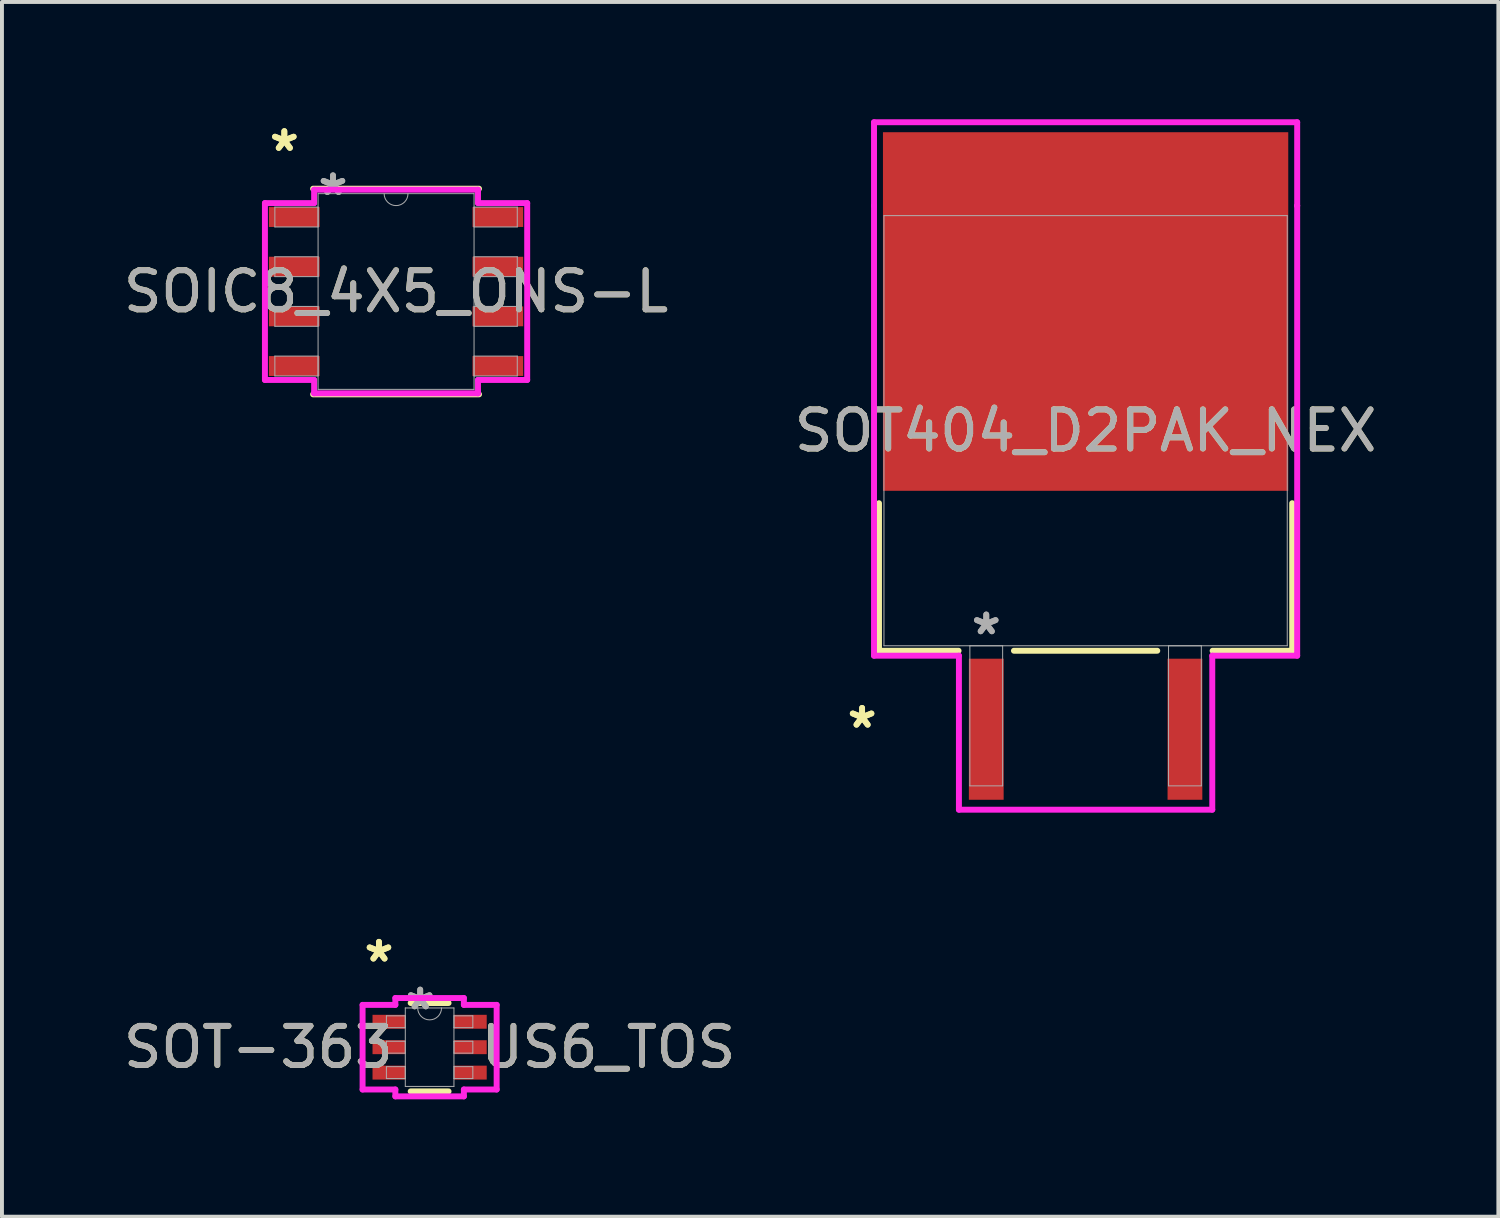
<source format=kicad_pcb>
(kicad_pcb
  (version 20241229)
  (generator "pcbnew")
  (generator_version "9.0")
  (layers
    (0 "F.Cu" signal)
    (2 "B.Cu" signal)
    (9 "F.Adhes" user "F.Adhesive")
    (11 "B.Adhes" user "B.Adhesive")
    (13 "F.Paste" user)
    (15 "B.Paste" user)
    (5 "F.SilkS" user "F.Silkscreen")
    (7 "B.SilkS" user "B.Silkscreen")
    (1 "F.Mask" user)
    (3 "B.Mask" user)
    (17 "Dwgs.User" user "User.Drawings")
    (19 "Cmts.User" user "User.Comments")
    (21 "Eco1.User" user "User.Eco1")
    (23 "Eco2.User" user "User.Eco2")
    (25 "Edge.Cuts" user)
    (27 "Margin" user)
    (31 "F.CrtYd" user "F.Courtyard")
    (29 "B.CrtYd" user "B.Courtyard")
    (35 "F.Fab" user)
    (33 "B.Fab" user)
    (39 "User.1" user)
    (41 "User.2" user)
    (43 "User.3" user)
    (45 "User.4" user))
  (footprint "SOIC8_4X5_ONS-L"
    (layer "F.Cu")
    (at 7.077 4.404)
    (property "Reference" "SOIC8_4X5_ONS-L" (at 0 0 0) (unlocked yes) (layer "F.SilkS") (effects (font (size 1 1) (thickness 0.15))))
    (attr smd)
    (fp_line (start -2.121 2.629) (end 2.121 2.629) (stroke (width 0.152) (type solid)) (layer "F.SilkS"))
    (fp_line (start 2.121 -2.629) (end -2.121 -2.629) (stroke (width 0.152) (type solid)) (layer "F.SilkS"))
    (fp_line (start -3.353 -2.261) (end -2.095 -2.261) (stroke (width 0.152) (type solid)) (layer "F.CrtYd"))
    (fp_line (start -3.353 2.261) (end -3.353 -2.261) (stroke (width 0.152) (type solid)) (layer "F.CrtYd"))
    (fp_line (start -3.353 2.261) (end -2.095 2.261) (stroke (width 0.152) (type solid)) (layer "F.CrtYd"))
    (fp_line (start -2.095 -2.603) (end 2.095 -2.603) (stroke (width 0.152) (type solid)) (layer "F.CrtYd"))
    (fp_line (start -2.095 -2.261) (end -2.095 -2.603) (stroke (width 0.152) (type solid)) (layer "F.CrtYd"))
    (fp_line (start -2.095 2.603) (end -2.095 2.261) (stroke (width 0.152) (type solid)) (layer "F.CrtYd"))
    (fp_line (start 2.095 -2.603) (end 2.095 -2.261) (stroke (width 0.152) (type solid)) (layer "F.CrtYd"))
    (fp_line (start 2.095 2.261) (end 2.095 2.603) (stroke (width 0.152) (type solid)) (layer "F.CrtYd"))
    (fp_line (start 2.095 2.603) (end -2.095 2.603) (stroke (width 0.152) (type solid)) (layer "F.CrtYd"))
    (fp_line (start 3.353 -2.261) (end 2.095 -2.261) (stroke (width 0.152) (type solid)) (layer "F.CrtYd"))
    (fp_line (start 3.353 -2.261) (end 3.353 2.261) (stroke (width 0.152) (type solid)) (layer "F.CrtYd"))
    (fp_line (start 3.353 2.261) (end 2.095 2.261) (stroke (width 0.152) (type solid)) (layer "F.CrtYd"))
    (fp_line (start -3.099 -2.159) (end -3.099 -1.651) (stroke (width 0.025) (type solid)) (layer "F.Fab"))
    (fp_line (start -3.099 -1.651) (end -1.994 -1.651) (stroke (width 0.025) (type solid)) (layer "F.Fab"))
    (fp_line (start -3.099 -0.889) (end -3.099 -0.381) (stroke (width 0.025) (type solid)) (layer "F.Fab"))
    (fp_line (start -3.099 -0.381) (end -1.994 -0.381) (stroke (width 0.025) (type solid)) (layer "F.Fab"))
    (fp_line (start -3.099 0.381) (end -3.099 0.889) (stroke (width 0.025) (type solid)) (layer "F.Fab"))
    (fp_line (start -3.099 0.889) (end -1.994 0.889) (stroke (width 0.025) (type solid)) (layer "F.Fab"))
    (fp_line (start -3.099 1.651) (end -3.099 2.159) (stroke (width 0.025) (type solid)) (layer "F.Fab"))
    (fp_line (start -3.099 2.159) (end -1.994 2.159) (stroke (width 0.025) (type solid)) (layer "F.Fab"))
    (fp_line (start -1.994 -2.502) (end -1.994 2.502) (stroke (width 0.025) (type solid)) (layer "F.Fab"))
    (fp_line (start -1.994 -2.159) (end -3.099 -2.159) (stroke (width 0.025) (type solid)) (layer "F.Fab"))
    (fp_line (start -1.994 -1.651) (end -1.994 -2.159) (stroke (width 0.025) (type solid)) (layer "F.Fab"))
    (fp_line (start -1.994 -0.889) (end -3.099 -0.889) (stroke (width 0.025) (type solid)) (layer "F.Fab"))
    (fp_line (start -1.994 -0.381) (end -1.994 -0.889) (stroke (width 0.025) (type solid)) (layer "F.Fab"))
    (fp_line (start -1.994 0.381) (end -3.099 0.381) (stroke (width 0.025) (type solid)) (layer "F.Fab"))
    (fp_line (start -1.994 0.889) (end -1.994 0.381) (stroke (width 0.025) (type solid)) (layer "F.Fab"))
    (fp_line (start -1.994 1.651) (end -3.099 1.651) (stroke (width 0.025) (type solid)) (layer "F.Fab"))
    (fp_line (start -1.994 2.159) (end -1.994 1.651) (stroke (width 0.025) (type solid)) (layer "F.Fab"))
    (fp_line (start -1.994 2.502) (end 1.994 2.502) (stroke (width 0.025) (type solid)) (layer "F.Fab"))
    (fp_line (start 1.994 -2.502) (end -1.994 -2.502) (stroke (width 0.025) (type solid)) (layer "F.Fab"))
    (fp_line (start 1.994 -2.159) (end 1.994 -1.651) (stroke (width 0.025) (type solid)) (layer "F.Fab"))
    (fp_line (start 1.994 -1.651) (end 3.099 -1.651) (stroke (width 0.025) (type solid)) (layer "F.Fab"))
    (fp_line (start 1.994 -0.889) (end 1.994 -0.381) (stroke (width 0.025) (type solid)) (layer "F.Fab"))
    (fp_line (start 1.994 -0.381) (end 3.099 -0.381) (stroke (width 0.025) (type solid)) (layer "F.Fab"))
    (fp_line (start 1.994 0.381) (end 1.994 0.889) (stroke (width 0.025) (type solid)) (layer "F.Fab"))
    (fp_line (start 1.994 0.889) (end 3.099 0.889) (stroke (width 0.025) (type solid)) (layer "F.Fab"))
    (fp_line (start 1.994 1.651) (end 1.994 2.159) (stroke (width 0.025) (type solid)) (layer "F.Fab"))
    (fp_line (start 1.994 2.159) (end 3.099 2.159) (stroke (width 0.025) (type solid)) (layer "F.Fab"))
    (fp_line (start 1.994 2.502) (end 1.994 -2.502) (stroke (width 0.025) (type solid)) (layer "F.Fab"))
    (fp_line (start 3.099 -2.159) (end 1.994 -2.159) (stroke (width 0.025) (type solid)) (layer "F.Fab"))
    (fp_line (start 3.099 -1.651) (end 3.099 -2.159) (stroke (width 0.025) (type solid)) (layer "F.Fab"))
    (fp_line (start 3.099 -0.889) (end 1.994 -0.889) (stroke (width 0.025) (type solid)) (layer "F.Fab"))
    (fp_line (start 3.099 -0.381) (end 3.099 -0.889) (stroke (width 0.025) (type solid)) (layer "F.Fab"))
    (fp_line (start 3.099 0.381) (end 1.994 0.381) (stroke (width 0.025) (type solid)) (layer "F.Fab"))
    (fp_line (start 3.099 0.889) (end 3.099 0.381) (stroke (width 0.025) (type solid)) (layer "F.Fab"))
    (fp_line (start 3.099 1.651) (end 1.994 1.651) (stroke (width 0.025) (type solid)) (layer "F.Fab"))
    (fp_line (start 3.099 2.159) (end 3.099 1.651) (stroke (width 0.025) (type solid)) (layer "F.Fab"))
    (fp_arc (start 0.3048 -2.5019) (mid 0 -2.1971) (end -0.3048 -2.5019) (stroke (width 0.0254) (type solid)) (layer "F.Fab"))
    (fp_text user "*" (at -2.857 -3.556 0) (layer "F.SilkS") (effects (font (size 1 1) (thickness 0.15))))
    (fp_text user "*" (at -2.857 -3.556 0) (unlocked yes) (layer "F.SilkS") (effects (font (size 1 1) (thickness 0.15))))
    (fp_text user "${REFERENCE}" (at 0 0 0) (unlocked yes) (layer "F.Fab") (effects (font (size 1 1) (thickness 0.15))))
    (fp_text user "*" (at -1.613 -2.426 0) (layer "F.Fab") (effects (font (size 1 1) (thickness 0.15))))
    (fp_text user "*" (at -1.613 -2.426 0) (unlocked yes) (layer "F.Fab") (effects (font (size 1 1) (thickness 0.15))))
    (pad "1" smd rect (at -2.603 -1.905) (size 1.295 0.508) (layers "F.Cu" "F.Mask" "F.Paste"))
    (pad "2" smd rect (at -2.603 -0.635) (size 1.295 0.508) (layers "F.Cu" "F.Mask" "F.Paste"))
    (pad "3" smd rect (at -2.603 0.635) (size 1.295 0.508) (layers "F.Cu" "F.Mask" "F.Paste"))
    (pad "4" smd rect (at -2.603 1.905) (size 1.295 0.508) (layers "F.Cu" "F.Mask" "F.Paste"))
    (pad "5" smd rect (at 2.603 1.905) (size 1.295 0.508) (layers "F.Cu" "F.Mask" "F.Paste"))
    (pad "6" smd rect (at 2.603 0.635) (size 1.295 0.508) (layers "F.Cu" "F.Mask" "F.Paste"))
    (pad "7" smd rect (at 2.603 -0.635) (size 1.295 0.508) (layers "F.Cu" "F.Mask" "F.Paste"))
    (pad "8" smd rect (at 2.603 -1.905) (size 1.295 0.508) (layers "F.Cu" "F.Mask" "F.Paste")))
  (footprint "SOT-363   US6_TOS"
    (layer "F.Cu")
    (at 7.935 23.726)
    (property "Reference" "SOT-363   US6_TOS" (at 0 0 0) (unlocked yes) (layer "F.SilkS") (effects (font (size 1 1) (thickness 0.15))))
    (attr smd)
    (fp_line (start -0.484 1.13) (end 0.484 1.13) (stroke (width 0.152) (type solid)) (layer "F.SilkS"))
    (fp_line (start 0.484 -1.13) (end -0.484 -1.13) (stroke (width 0.152) (type solid)) (layer "F.SilkS"))
    (fp_line (start -1.714 -1.082) (end -0.876 -1.082) (stroke (width 0.152) (type solid)) (layer "F.CrtYd"))
    (fp_line (start -1.714 1.082) (end -1.714 -1.082) (stroke (width 0.152) (type solid)) (layer "F.CrtYd"))
    (fp_line (start -1.714 1.082) (end -0.876 1.082) (stroke (width 0.152) (type solid)) (layer "F.CrtYd"))
    (fp_line (start -0.876 -1.257) (end 0.876 -1.257) (stroke (width 0.152) (type solid)) (layer "F.CrtYd"))
    (fp_line (start -0.876 -1.082) (end -0.876 -1.257) (stroke (width 0.152) (type solid)) (layer "F.CrtYd"))
    (fp_line (start -0.876 1.257) (end -0.876 1.082) (stroke (width 0.152) (type solid)) (layer "F.CrtYd"))
    (fp_line (start 0.876 -1.257) (end 0.876 -1.082) (stroke (width 0.152) (type solid)) (layer "F.CrtYd"))
    (fp_line (start 0.876 1.082) (end 0.876 1.257) (stroke (width 0.152) (type solid)) (layer "F.CrtYd"))
    (fp_line (start 0.876 1.257) (end -0.876 1.257) (stroke (width 0.152) (type solid)) (layer "F.CrtYd"))
    (fp_line (start 1.714 -1.082) (end 0.876 -1.082) (stroke (width 0.152) (type solid)) (layer "F.CrtYd"))
    (fp_line (start 1.714 -1.082) (end 1.714 1.082) (stroke (width 0.152) (type solid)) (layer "F.CrtYd"))
    (fp_line (start 1.714 1.082) (end 0.876 1.082) (stroke (width 0.152) (type solid)) (layer "F.CrtYd"))
    (fp_line (start -1.105 -0.802) (end -1.105 -0.498) (stroke (width 0.025) (type solid)) (layer "F.Fab"))
    (fp_line (start -1.105 -0.498) (end -0.622 -0.498) (stroke (width 0.025) (type solid)) (layer "F.Fab"))
    (fp_line (start -1.105 -0.152) (end -1.105 0.152) (stroke (width 0.025) (type solid)) (layer "F.Fab"))
    (fp_line (start -1.105 0.152) (end -0.622 0.152) (stroke (width 0.025) (type solid)) (layer "F.Fab"))
    (fp_line (start -1.105 0.498) (end -1.105 0.802) (stroke (width 0.025) (type solid)) (layer "F.Fab"))
    (fp_line (start -1.105 0.802) (end -0.622 0.802) (stroke (width 0.025) (type solid)) (layer "F.Fab"))
    (fp_line (start -0.622 -1.003) (end -0.622 1.003) (stroke (width 0.025) (type solid)) (layer "F.Fab"))
    (fp_line (start -0.622 -0.802) (end -1.105 -0.802) (stroke (width 0.025) (type solid)) (layer "F.Fab"))
    (fp_line (start -0.622 -0.498) (end -0.622 -0.802) (stroke (width 0.025) (type solid)) (layer "F.Fab"))
    (fp_line (start -0.622 -0.152) (end -1.105 -0.152) (stroke (width 0.025) (type solid)) (layer "F.Fab"))
    (fp_line (start -0.622 0.152) (end -0.622 -0.152) (stroke (width 0.025) (type solid)) (layer "F.Fab"))
    (fp_line (start -0.622 0.498) (end -1.105 0.498) (stroke (width 0.025) (type solid)) (layer "F.Fab"))
    (fp_line (start -0.622 0.802) (end -0.622 0.498) (stroke (width 0.025) (type solid)) (layer "F.Fab"))
    (fp_line (start -0.622 1.003) (end 0.622 1.003) (stroke (width 0.025) (type solid)) (layer "F.Fab"))
    (fp_line (start 0.622 -1.003) (end -0.622 -1.003) (stroke (width 0.025) (type solid)) (layer "F.Fab"))
    (fp_line (start 0.622 -0.802) (end 0.622 -0.498) (stroke (width 0.025) (type solid)) (layer "F.Fab"))
    (fp_line (start 0.622 -0.498) (end 1.105 -0.498) (stroke (width 0.025) (type solid)) (layer "F.Fab"))
    (fp_line (start 0.622 -0.152) (end 0.622 0.152) (stroke (width 0.025) (type solid)) (layer "F.Fab"))
    (fp_line (start 0.622 0.152) (end 1.105 0.152) (stroke (width 0.025) (type solid)) (layer "F.Fab"))
    (fp_line (start 0.622 0.498) (end 0.622 0.802) (stroke (width 0.025) (type solid)) (layer "F.Fab"))
    (fp_line (start 0.622 0.802) (end 1.105 0.802) (stroke (width 0.025) (type solid)) (layer "F.Fab"))
    (fp_line (start 0.622 1.003) (end 0.622 -1.003) (stroke (width 0.025) (type solid)) (layer "F.Fab"))
    (fp_line (start 1.105 -0.802) (end 0.622 -0.802) (stroke (width 0.025) (type solid)) (layer "F.Fab"))
    (fp_line (start 1.105 -0.498) (end 1.105 -0.802) (stroke (width 0.025) (type solid)) (layer "F.Fab"))
    (fp_line (start 1.105 -0.152) (end 0.622 -0.152) (stroke (width 0.025) (type solid)) (layer "F.Fab"))
    (fp_line (start 1.105 0.152) (end 1.105 -0.152) (stroke (width 0.025) (type solid)) (layer "F.Fab"))
    (fp_line (start 1.105 0.498) (end 0.622 0.498) (stroke (width 0.025) (type solid)) (layer "F.Fab"))
    (fp_line (start 1.105 0.802) (end 1.105 0.498) (stroke (width 0.025) (type solid)) (layer "F.Fab"))
    (fp_arc (start 0.3048 -1.0033) (mid 0 -0.6985) (end -0.3048 -1.0033) (stroke (width 0.0254) (type solid)) (layer "F.Fab"))
    (fp_text user "*" (at -1.295 -2.149 0) (layer "F.SilkS") (effects (font (size 1 1) (thickness 0.15))))
    (fp_text user "*" (at -1.295 -2.149 0) (unlocked yes) (layer "F.SilkS") (effects (font (size 1 1) (thickness 0.15))))
    (fp_text user "${REFERENCE}" (at 0 0 0) (unlocked yes) (layer "F.Fab") (effects (font (size 1 1) (thickness 0.15))))
    (fp_text user "*" (at -0.241 -0.927 0) (layer "F.Fab") (effects (font (size 1 1) (thickness 0.15))))
    (fp_text user "*" (at -0.241 -0.927 0) (unlocked yes) (layer "F.Fab") (effects (font (size 1 1) (thickness 0.15))))
    (pad "1" smd rect (at -1.041 -0.65) (size 0.838 0.356) (layers "F.Cu" "F.Mask" "F.Paste"))
    (pad "2" smd rect (at -1.041 0) (size 0.838 0.356) (layers "F.Cu" "F.Mask" "F.Paste"))
    (pad "3" smd rect (at -1.041 0.65) (size 0.838 0.356) (layers "F.Cu" "F.Mask" "F.Paste"))
    (pad "4" smd rect (at 1.041 0.65) (size 0.838 0.356) (layers "F.Cu" "F.Mask" "F.Paste"))
    (pad "5" smd rect (at 1.041 0) (size 0.838 0.356) (layers "F.Cu" "F.Mask" "F.Paste"))
    (pad "6" smd rect (at 1.041 -0.65) (size 0.838 0.356) (layers "F.Cu" "F.Mask" "F.Paste")))
  (footprint "SOT404_D2PAK_NEX"
    (layer "F.Cu")
    (at 24.708 7.963)
    (property "Reference" "SOT404_D2PAK_NEX" (at 0 0 0) (unlocked yes) (layer "F.SilkS") (effects (font (size 1 1) (thickness 0.15))))
    (attr smd)
    (fp_line (start -5.283 1.854) (end -5.283 5.626) (stroke (width 0.152) (type solid)) (layer "F.SilkS"))
    (fp_line (start -5.283 5.626) (end -3.248 5.626) (stroke (width 0.152) (type solid)) (layer "F.SilkS"))
    (fp_line (start -1.832 5.626) (end 1.832 5.626) (stroke (width 0.152) (type solid)) (layer "F.SilkS"))
    (fp_line (start 3.248 5.626) (end 5.283 5.626) (stroke (width 0.152) (type solid)) (layer "F.SilkS"))
    (fp_line (start 5.283 5.626) (end 5.283 1.854) (stroke (width 0.152) (type solid)) (layer "F.SilkS"))
    (fp_line (start -5.41 -7.887) (end 5.41 -7.887) (stroke (width 0.152) (type solid)) (layer "F.CrtYd"))
    (fp_line (start -5.41 -5.753) (end -5.41 -7.887) (stroke (width 0.152) (type solid)) (layer "F.CrtYd"))
    (fp_line (start -5.41 -5.753) (end -5.41 -5.753) (stroke (width 0.152) (type solid)) (layer "F.CrtYd"))
    (fp_line (start -5.41 5.753) (end -5.41 -5.753) (stroke (width 0.152) (type solid)) (layer "F.CrtYd"))
    (fp_line (start -3.239 5.753) (end -5.41 5.753) (stroke (width 0.152) (type solid)) (layer "F.CrtYd"))
    (fp_line (start -3.239 9.69) (end -3.239 5.753) (stroke (width 0.152) (type solid)) (layer "F.CrtYd"))
    (fp_line (start 3.239 5.753) (end 3.239 9.69) (stroke (width 0.152) (type solid)) (layer "F.CrtYd"))
    (fp_line (start 3.239 9.69) (end -3.239 9.69) (stroke (width 0.152) (type solid)) (layer "F.CrtYd"))
    (fp_line (start 5.41 -7.887) (end 5.41 -5.753) (stroke (width 0.152) (type solid)) (layer "F.CrtYd"))
    (fp_line (start 5.41 -5.753) (end 5.41 -5.753) (stroke (width 0.152) (type solid)) (layer "F.CrtYd"))
    (fp_line (start 5.41 -5.753) (end 5.41 5.753) (stroke (width 0.152) (type solid)) (layer "F.CrtYd"))
    (fp_line (start 5.41 5.753) (end 3.239 5.753) (stroke (width 0.152) (type solid)) (layer "F.CrtYd"))
    (fp_line (start -5.156 -5.499) (end -5.156 5.499) (stroke (width 0.025) (type solid)) (layer "F.Fab"))
    (fp_line (start -5.156 5.499) (end 5.156 5.499) (stroke (width 0.025) (type solid)) (layer "F.Fab"))
    (fp_line (start -2.959 5.499) (end -2.959 9.081) (stroke (width 0.025) (type solid)) (layer "F.Fab"))
    (fp_line (start -2.959 9.081) (end -2.121 9.081) (stroke (width 0.025) (type solid)) (layer "F.Fab"))
    (fp_line (start -2.121 5.499) (end -2.959 5.499) (stroke (width 0.025) (type solid)) (layer "F.Fab"))
    (fp_line (start -2.121 9.081) (end -2.121 5.499) (stroke (width 0.025) (type solid)) (layer "F.Fab"))
    (fp_line (start 2.121 5.499) (end 2.121 9.081) (stroke (width 0.025) (type solid)) (layer "F.Fab"))
    (fp_line (start 2.121 9.081) (end 2.959 9.081) (stroke (width 0.025) (type solid)) (layer "F.Fab"))
    (fp_line (start 2.959 5.499) (end 2.121 5.499) (stroke (width 0.025) (type solid)) (layer "F.Fab"))
    (fp_line (start 2.959 9.081) (end 2.959 5.499) (stroke (width 0.025) (type solid)) (layer "F.Fab"))
    (fp_line (start 5.156 -5.499) (end -5.156 -5.499) (stroke (width 0.025) (type solid)) (layer "F.Fab"))
    (fp_line (start 5.156 5.499) (end 5.156 -5.499) (stroke (width 0.025) (type solid)) (layer "F.Fab"))
    (fp_text user "*" (at -5.715 7.633 0) (unlocked yes) (layer "F.SilkS") (effects (font (size 1 1) (thickness 0.15))))
    (fp_text user "*" (at -5.715 7.633 0) (layer "F.SilkS") (effects (font (size 1 1) (thickness 0.15))))
    (fp_text user "*" (at -2.54 5.245 0) (unlocked yes) (layer "F.Fab") (effects (font (size 1 1) (thickness 0.15))))
    (fp_text user "*" (at -2.54 5.245 0) (layer "F.Fab") (effects (font (size 1 1) (thickness 0.15))))
    (fp_text user "${REFERENCE}" (at 0 0 0) (unlocked yes) (layer "F.Fab") (effects (font (size 1 1) (thickness 0.15))))
    (pad "1" smd rect (at -2.54 7.633) (size 0.889 3.607) (layers "F.Cu" "F.Mask" "F.Paste"))
    (pad "2" smd rect (at 0 -3.048) (size 10.363 9.169) (layers "F.Cu" "F.Mask" "F.Paste"))
    (pad "3" smd rect (at 2.54 7.633) (size 0.889 3.607) (layers "F.Cu" "F.Mask" "F.Paste")))
  (gr_rect
    (start -3 -3)
    (end 35.262 28.06)
    (stroke (width 0.1) (type default))
    (fill no)
    (layer "Edge.Cuts")))
</source>
